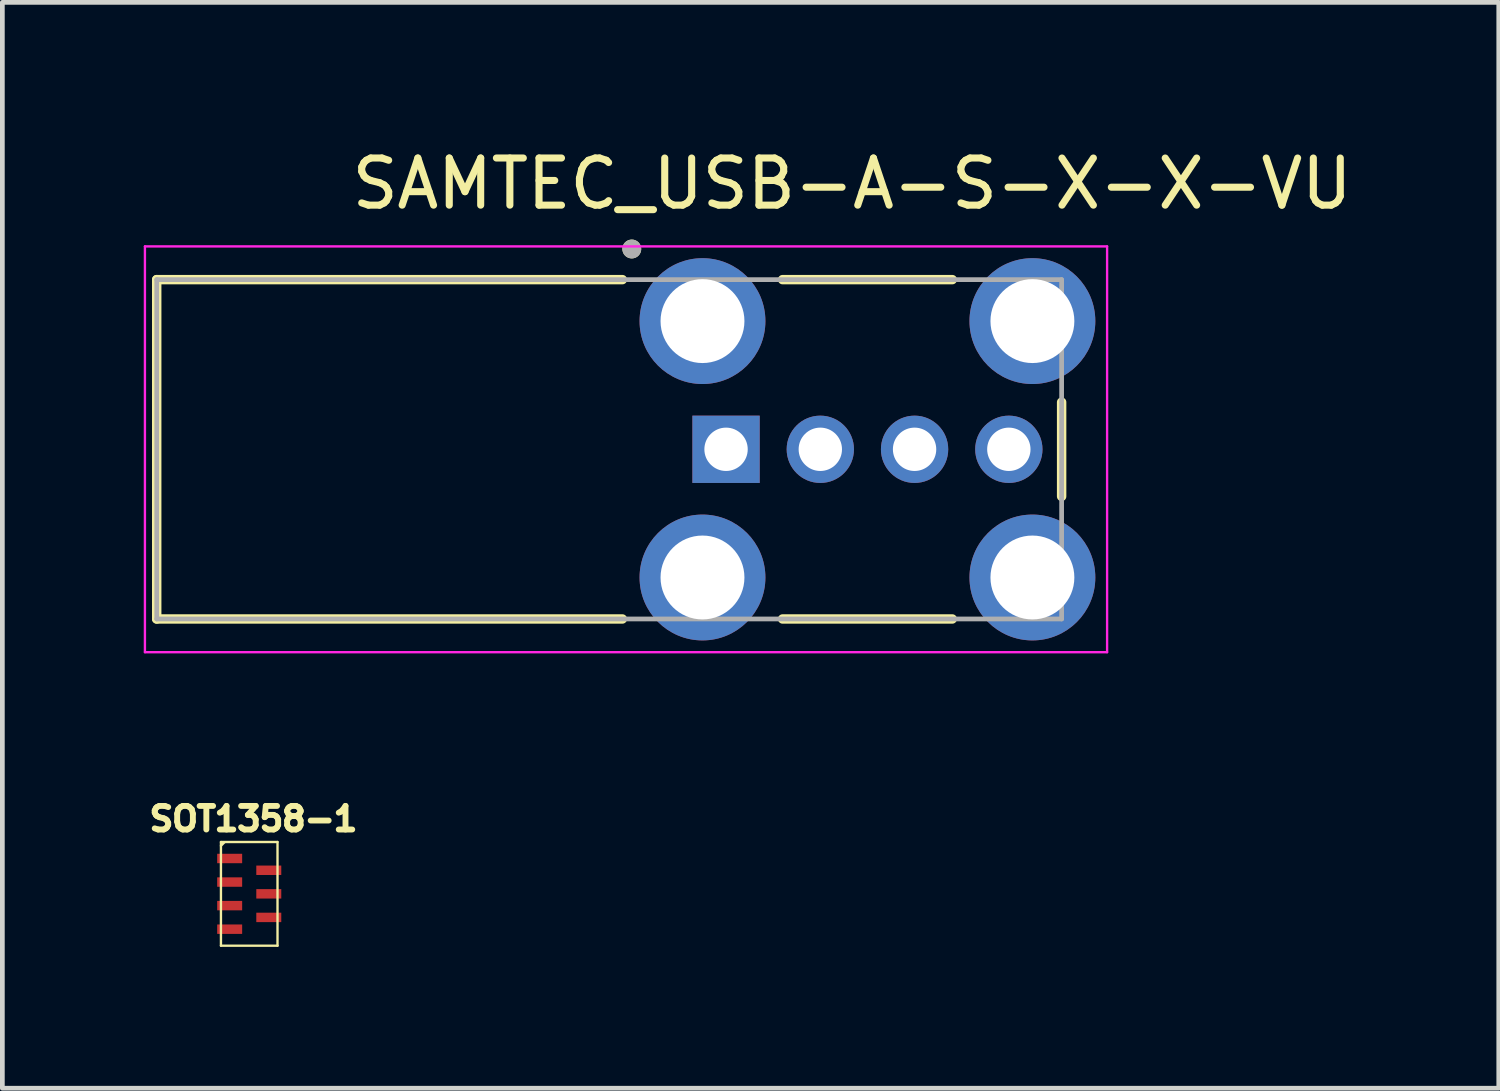
<source format=kicad_pcb>
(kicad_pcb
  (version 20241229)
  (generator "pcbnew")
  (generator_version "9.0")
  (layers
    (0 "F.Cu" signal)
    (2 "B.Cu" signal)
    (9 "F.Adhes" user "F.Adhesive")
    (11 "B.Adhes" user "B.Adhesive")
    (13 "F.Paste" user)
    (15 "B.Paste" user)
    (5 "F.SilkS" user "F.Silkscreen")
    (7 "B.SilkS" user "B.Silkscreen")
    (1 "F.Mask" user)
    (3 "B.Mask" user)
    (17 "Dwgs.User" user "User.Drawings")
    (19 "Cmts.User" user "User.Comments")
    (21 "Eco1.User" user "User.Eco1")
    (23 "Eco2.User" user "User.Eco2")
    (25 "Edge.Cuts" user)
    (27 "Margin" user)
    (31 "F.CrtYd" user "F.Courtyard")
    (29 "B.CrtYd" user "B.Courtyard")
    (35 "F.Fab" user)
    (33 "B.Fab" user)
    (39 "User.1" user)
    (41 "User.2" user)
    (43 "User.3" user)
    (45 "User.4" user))
  (footprint "SAMTEC_USB-A-S-X-X-VU"
    (layer "F.Cu")
    (at 15.355 6.483)
    (property "Reference" "SAMTEC_USB-A-S-X-X-VU" (at -0.325 -5.635 0) (layer "F.SilkS") (effects (font (size 1 1) (thickness 0.15))))
    (attr through_hole)
    (fp_line (start -15.08 -3.6) (end -5.2 -3.6) (stroke (width 0.2) (type solid)) (layer "F.SilkS"))
    (fp_line (start -15.08 3.6) (end -15.08 -3.6) (stroke (width 0.2) (type solid)) (layer "F.SilkS"))
    (fp_line (start -5.2 3.6) (end -15.08 3.6) (stroke (width 0.2) (type solid)) (layer "F.SilkS"))
    (fp_line (start -1.8 -3.6) (end 1.8 -3.6) (stroke (width 0.2) (type solid)) (layer "F.SilkS"))
    (fp_line (start 1.8 3.6) (end -1.8 3.6) (stroke (width 0.2) (type solid)) (layer "F.SilkS"))
    (fp_line (start 4.12 -1) (end 4.12 1) (stroke (width 0.2) (type solid)) (layer "F.SilkS"))
    (fp_circle (center -5 -4.25) (end -4.9 -4.25) (stroke (width 0.2) (type solid)) (fill no) (layer "F.SilkS"))
    (fp_line (start -15.33 -4.305) (end 5.085 -4.305) (stroke (width 0.05) (type solid)) (layer "F.CrtYd"))
    (fp_line (start -15.33 4.305) (end -15.33 -4.305) (stroke (width 0.05) (type solid)) (layer "F.CrtYd"))
    (fp_line (start 5.085 -4.305) (end 5.085 4.305) (stroke (width 0.05) (type solid)) (layer "F.CrtYd"))
    (fp_line (start 5.085 4.305) (end -15.33 4.305) (stroke (width 0.05) (type solid)) (layer "F.CrtYd"))
    (fp_line (start -15.08 -3.6) (end 4.12 -3.6) (stroke (width 0.1) (type solid)) (layer "F.Fab"))
    (fp_line (start -15.08 3.6) (end -15.08 -3.6) (stroke (width 0.1) (type solid)) (layer "F.Fab"))
    (fp_line (start 4.12 -3.6) (end 4.12 3.6) (stroke (width 0.1) (type solid)) (layer "F.Fab"))
    (fp_line (start 4.12 3.6) (end -15.08 3.6) (stroke (width 0.1) (type solid)) (layer "F.Fab"))
    (fp_circle (center -5 -4.25) (end -4.9 -4.25) (stroke (width 0.2) (type solid)) (fill no) (layer "F.Fab"))
    (pad "1" thru_hole rect (at -3 0) (size 1.428 1.428) (drill 0.92) (layers "*.Cu" "*.Mask"))
    (pad "2" thru_hole circle (at -1 0) (size 1.428 1.428) (drill 0.92) (layers "*.Cu" "*.Mask"))
    (pad "3" thru_hole circle (at 1 0) (size 1.428 1.428) (drill 0.92) (layers "*.Cu" "*.Mask"))
    (pad "4" thru_hole circle (at 3 0) (size 1.428 1.428) (drill 0.92) (layers "*.Cu" "*.Mask"))
    (pad "5" thru_hole circle (at -3.5 -2.72) (size 2.67 2.67) (drill 1.78) (layers "*.Cu" "*.Mask"))
    (pad "5" thru_hole circle (at -3.5 2.72) (size 2.67 2.67) (drill 1.78) (layers "*.Cu" "*.Mask"))
    (pad "5" thru_hole circle (at 3.5 -2.72) (size 2.67 2.67) (drill 1.78) (layers "*.Cu" "*.Mask"))
    (pad "5" thru_hole circle (at 3.5 2.72) (size 2.67 2.67) (drill 1.78) (layers "*.Cu" "*.Mask")))
  (footprint "SOT1358-1"
    (layer "F.Cu")
    (at 2.238 15.915)
    (property "Reference" "SOT1358-1" (at 0.09 -1.59 0) (layer "F.SilkS") (effects (font (size 0.5 0.5) (thickness 0.125))))
    (attr smd)
    (fp_line (start -0.6 -1.1) (end -0.6 1.1) (stroke (width 0.05) (type solid)) (layer "F.SilkS"))
    (fp_line (start -0.6 1.1) (end 0.6 1.1) (stroke (width 0.05) (type solid)) (layer "F.SilkS"))
    (fp_line (start -0.525 -1.095) (end -0.6 -1.02) (stroke (width 0.05) (type solid)) (layer "F.SilkS"))
    (fp_line (start 0.6 -1.1) (end -0.6 -1.1) (stroke (width 0.05) (type solid)) (layer "F.SilkS"))
    (fp_line (start 0.6 1.1) (end 0.6 -1.1) (stroke (width 0.05) (type solid)) (layer "F.SilkS"))
    (pad "1" smd rect (at -0.415 -0.75) (size 0.53 0.2) (layers "F.Cu" "F.Mask" "F.Paste"))
    (pad "2" smd rect (at -0.415 -0.25) (size 0.53 0.2) (layers "F.Cu" "F.Mask" "F.Paste"))
    (pad "3" smd rect (at -0.415 0.25) (size 0.53 0.2) (layers "F.Cu" "F.Mask" "F.Paste"))
    (pad "4" smd rect (at -0.415 0.75) (size 0.53 0.2) (layers "F.Cu" "F.Mask" "F.Paste"))
    (pad "5" smd rect (at 0.415 0.5) (size 0.53 0.2) (layers "F.Cu" "F.Mask" "F.Paste"))
    (pad "6" smd rect (at 0.415 0) (size 0.53 0.2) (layers "F.Cu" "F.Mask" "F.Paste"))
    (pad "7" smd rect (at 0.415 -0.5) (size 0.53 0.2) (layers "F.Cu" "F.Mask" "F.Paste")))
  (gr_rect
    (start -3 -3)
    (end 28.75 20.04)
    (stroke (width 0.1) (type default))
    (fill no)
    (layer "Edge.Cuts")))
</source>
